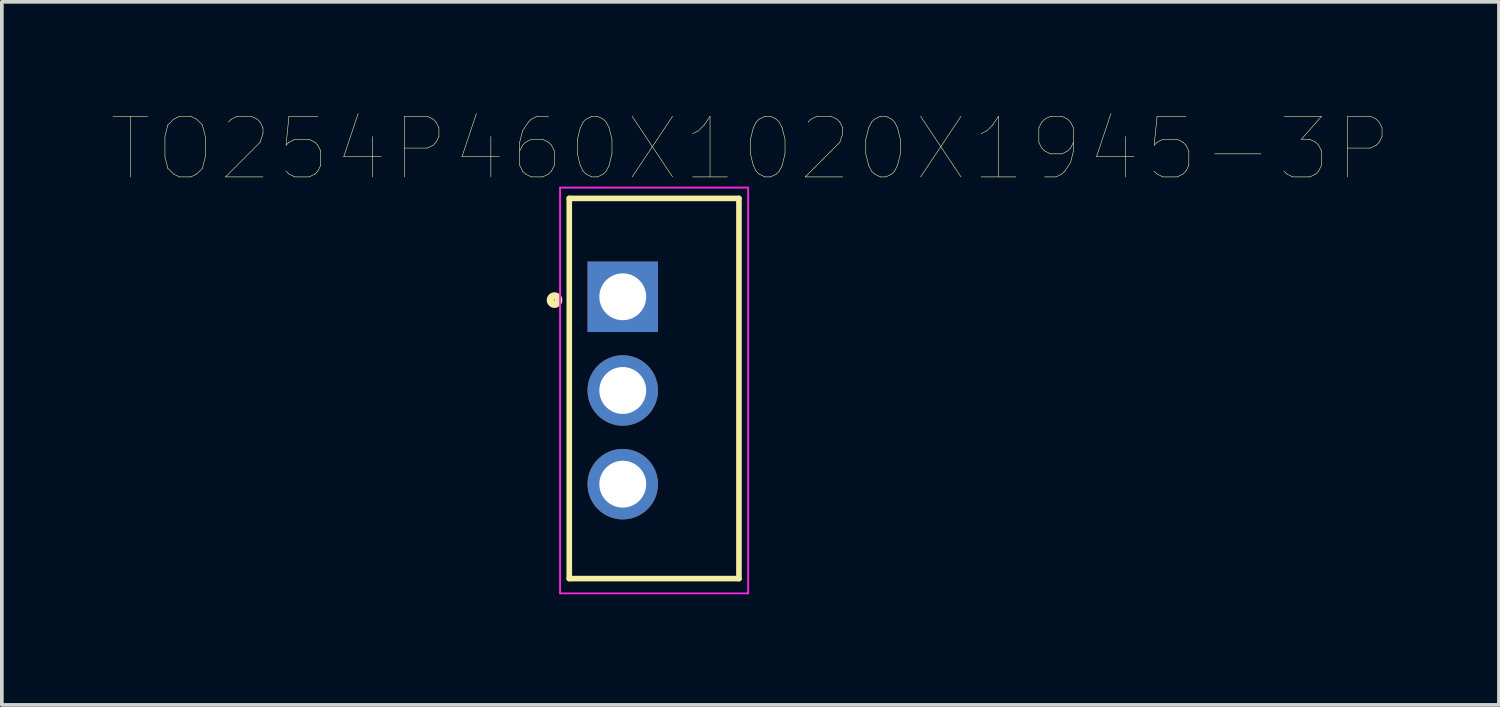
<source format=kicad_pcb>
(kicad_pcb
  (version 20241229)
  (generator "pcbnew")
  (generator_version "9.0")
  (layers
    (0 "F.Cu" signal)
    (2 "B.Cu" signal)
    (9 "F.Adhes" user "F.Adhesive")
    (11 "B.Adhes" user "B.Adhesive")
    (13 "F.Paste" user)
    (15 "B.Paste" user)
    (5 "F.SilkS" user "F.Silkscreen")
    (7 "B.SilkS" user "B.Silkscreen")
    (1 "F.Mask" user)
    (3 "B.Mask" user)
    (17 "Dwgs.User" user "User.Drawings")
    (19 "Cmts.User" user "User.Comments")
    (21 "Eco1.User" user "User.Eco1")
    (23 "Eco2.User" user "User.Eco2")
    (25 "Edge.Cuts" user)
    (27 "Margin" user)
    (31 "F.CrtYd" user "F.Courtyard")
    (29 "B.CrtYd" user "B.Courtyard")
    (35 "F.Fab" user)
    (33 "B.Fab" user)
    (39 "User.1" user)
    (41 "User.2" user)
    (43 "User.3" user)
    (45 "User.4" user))
  (footprint "TO254P460X1020X1945-3P"
    (layer "F.Cu")
    (at 13.833 7.536)
    (property "Reference" "TO254P460X1020X1945-3P" (at 3.461 -6.549 0) (layer "F.SilkS") (effects (font (size 1.642 1.642) (thickness 0.015))))
    (attr through_hole)
    (fp_line (start -1.45 -5.207) (end 3.15 -5.207) (stroke (width 0.152) (type solid)) (layer "F.SilkS"))
    (fp_line (start -1.45 5.1) (end -1.45 -5.207) (stroke (width 0.152) (type solid)) (layer "F.SilkS"))
    (fp_line (start 3.15 -5.207) (end 3.15 5.1) (stroke (width 0.152) (type solid)) (layer "F.SilkS"))
    (fp_line (start 3.15 5.1) (end -1.45 5.1) (stroke (width 0.152) (type solid)) (layer "F.SilkS"))
    (fp_circle (center -1.85 -2.45) (end -1.738 -2.45) (stroke (width 0.2) (type solid)) (fill no) (layer "F.SilkS"))
    (fp_line (start -1.7 -5.5) (end 3.4 -5.5) (stroke (width 0.05) (type solid)) (layer "F.CrtYd"))
    (fp_line (start -1.7 5.5) (end -1.7 -5.5) (stroke (width 0.05) (type solid)) (layer "F.CrtYd"))
    (fp_line (start 3.4 -5.5) (end 3.4 5.5) (stroke (width 0.05) (type solid)) (layer "F.CrtYd"))
    (fp_line (start 3.4 5.5) (end -1.7 5.5) (stroke (width 0.05) (type solid)) (layer "F.CrtYd"))
    (pad "1" thru_hole rect (at 0 -2.54) (size 1.91 1.91) (drill 1.27) (layers "*.Cu" "*.Mask"))
    (pad "2" thru_hole circle (at 0 0) (size 1.91 1.91) (drill 1.27) (layers "*.Cu" "*.Mask"))
    (pad "3" thru_hole circle (at 0 2.54) (size 1.91 1.91) (drill 1.27) (layers "*.Cu" "*.Mask")))
  (gr_rect
    (start -3 -3)
    (end 37.587 16.061)
    (stroke (width 0.1) (type default))
    (fill no)
    (layer "Edge.Cuts")))
</source>
